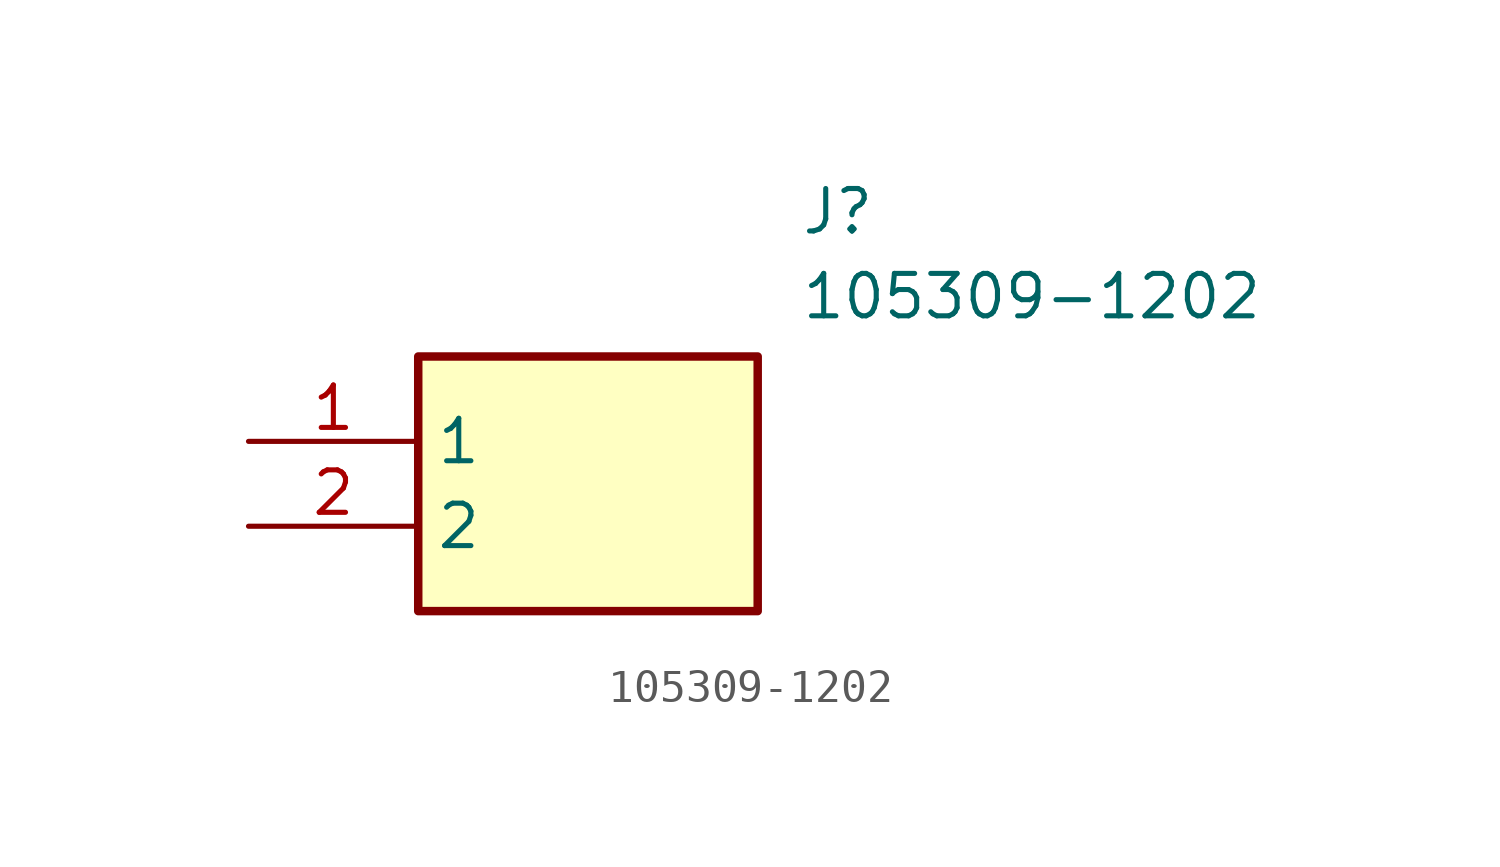
<source format=kicad_sym>
(kicad_symbol_lib
  (version 20211014)
  (generator SamacSys_ECAD_Model)
  (symbol "105309-1202"
    (property "Reference" "J"
      (at 16.51 7.62 0)
      (effects (font (size 1.27 1.27)) (justify left top)))
    (property "Value" "105309-1202"
      (at 16.51 5.08 0)
      (effects (font (size 1.27 1.27)) (justify left top)))
    (rectangle
      (start 5.08 2.54)
      (end 15.24 -5.08)
      (stroke (width 0.254) (type default))
      (fill (type background)))
    (pin passive line
      (at 0 0 0)
      (length 5.08)
      (name "1" (effects (font (size 1.27 1.27))))
      (number "1" (effects (font (size 1.27 1.27)))))
    (pin passive line
      (at 0 -2.54 0)
      (length 5.08)
      (name "2" (effects (font (size 1.27 1.27))))
      (number "2" (effects (font (size 1.27 1.27)))))))
</source>
